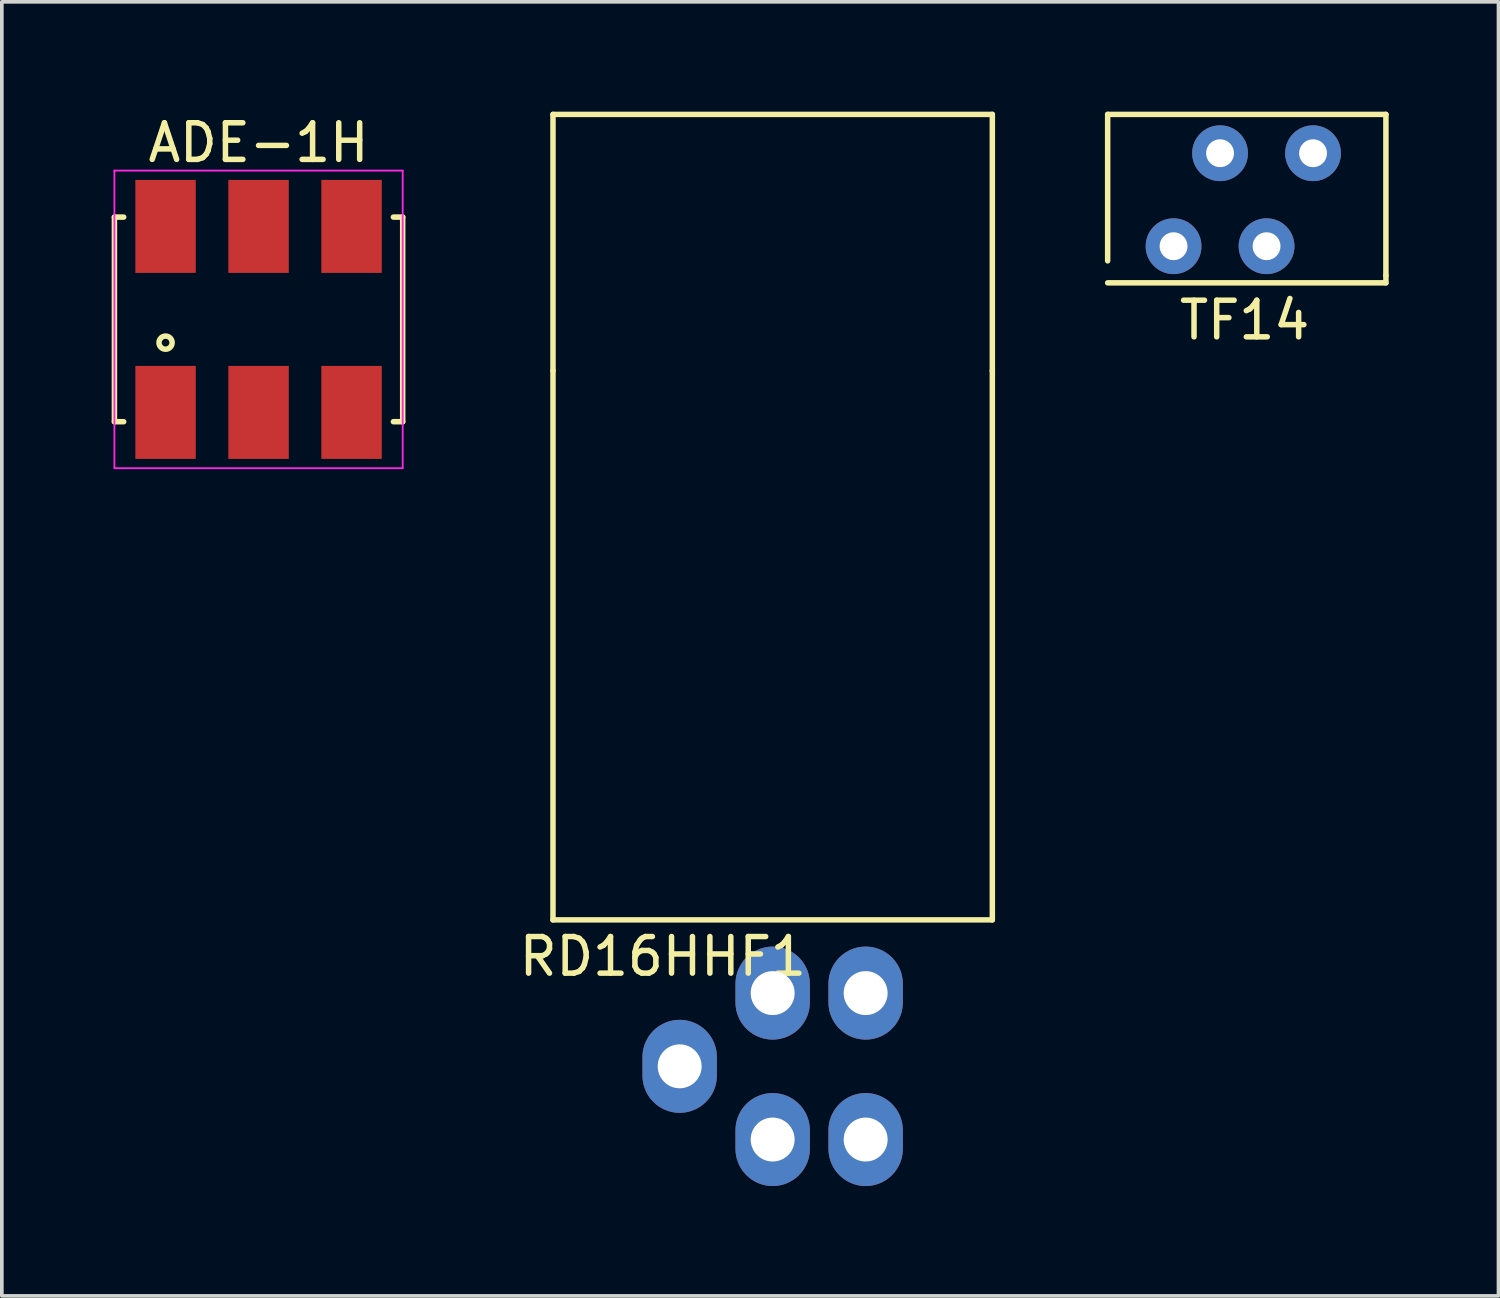
<source format=kicad_pcb>
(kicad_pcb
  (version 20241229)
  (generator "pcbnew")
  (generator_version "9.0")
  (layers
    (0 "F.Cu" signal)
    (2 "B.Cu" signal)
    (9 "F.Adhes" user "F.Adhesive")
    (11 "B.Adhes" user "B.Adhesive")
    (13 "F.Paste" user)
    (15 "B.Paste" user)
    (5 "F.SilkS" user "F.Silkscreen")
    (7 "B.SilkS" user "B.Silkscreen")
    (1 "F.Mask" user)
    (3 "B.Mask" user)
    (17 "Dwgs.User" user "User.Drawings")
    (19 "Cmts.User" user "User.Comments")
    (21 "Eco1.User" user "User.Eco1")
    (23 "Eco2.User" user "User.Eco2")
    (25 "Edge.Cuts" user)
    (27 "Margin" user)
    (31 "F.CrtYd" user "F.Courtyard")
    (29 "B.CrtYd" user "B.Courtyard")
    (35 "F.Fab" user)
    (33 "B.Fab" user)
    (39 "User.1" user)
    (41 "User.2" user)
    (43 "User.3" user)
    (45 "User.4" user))
  (footprint "ADE-1H"
    (layer "F.Cu")
    (at 4.012 5.674)
    (property "Reference" "ADE-1H" (at 0 -4.826 0) (layer "F.SilkS") (effects (font (size 1 1) (thickness 0.15))))
    (attr through_hole)
    (fp_line (start -3.937 -2.794) (end -3.683 -2.794) (stroke (width 0.15) (type solid)) (layer "F.SilkS"))
    (fp_line (start -3.937 2.794) (end -3.937 -2.794) (stroke (width 0.15) (type solid)) (layer "F.SilkS"))
    (fp_line (start -3.937 2.794) (end -3.683 2.794) (stroke (width 0.15) (type solid)) (layer "F.SilkS"))
    (fp_line (start 3.937 -2.794) (end 3.683 -2.794) (stroke (width 0.15) (type solid)) (layer "F.SilkS"))
    (fp_line (start 3.937 2.794) (end 3.683 2.794) (stroke (width 0.15) (type solid)) (layer "F.SilkS"))
    (fp_line (start 3.937 2.794) (end 3.937 -2.794) (stroke (width 0.15) (type solid)) (layer "F.SilkS"))
    (fp_circle (center -2.54 0.635) (end -2.413 0.762) (stroke (width 0.15) (type solid)) (fill no) (layer "F.SilkS"))
    (fp_line (start -3.937 -4.064) (end -3.937 4.064) (stroke (width 0.05) (type solid)) (layer "F.CrtYd"))
    (fp_line (start -3.937 4.064) (end 3.937 4.064) (stroke (width 0.05) (type solid)) (layer "F.CrtYd"))
    (fp_line (start 3.937 -4.064) (end -3.937 -4.064) (stroke (width 0.05) (type solid)) (layer "F.CrtYd"))
    (fp_line (start 3.937 4.064) (end 3.937 -4.064) (stroke (width 0.05) (type solid)) (layer "F.CrtYd"))
    (pad "1" smd rect (at -2.54 2.54) (size 1.651 2.54) (layers "F.Cu" "F.Mask" "F.Paste"))
    (pad "2" smd rect (at 0 2.54) (size 1.651 2.54) (layers "F.Cu" "F.Mask" "F.Paste"))
    (pad "3" smd rect (at 2.54 2.54) (size 1.651 2.54) (layers "F.Cu" "F.Mask" "F.Paste"))
    (pad "4" smd rect (at 2.54 -2.54) (size 1.651 2.54) (layers "F.Cu" "F.Mask" "F.Paste"))
    (pad "5" smd rect (at 0 -2.54) (size 1.651 2.54) (layers "F.Cu" "F.Mask" "F.Paste"))
    (pad "6" smd rect (at -2.54 -2.54) (size 1.651 2.54) (layers "F.Cu" "F.Mask" "F.Paste")))
  (footprint "TF14"
    (layer "F.Cu")
    (at 29.004 3.675)
    (property "Reference" "TF14" (at 1.94 2.02 0) (layer "F.SilkS") (effects (font (size 1 1) (thickness 0.15))))
    (attr through_hole)
    (fp_line (start -1.8 -3.6) (end 5.8 -3.6) (stroke (width 0.15) (type solid)) (layer "F.SilkS"))
    (fp_line (start -1.8 0.4) (end -1.8 -3.6) (stroke (width 0.15) (type solid)) (layer "F.SilkS"))
    (fp_line (start 5.8 -3.6) (end 5.8 0.8) (stroke (width 0.15) (type solid)) (layer "F.SilkS"))
    (fp_line (start 5.8 1) (end -1.8 1) (stroke (width 0.15) (type solid)) (layer "F.SilkS"))
    (fp_line (start 5.8 1) (end 5.8 0.8) (stroke (width 0.15) (type solid)) (layer "F.SilkS"))
    (pad "1" thru_hole circle (at 0 0) (size 1.524 1.524) (drill 0.762) (layers "*.Cu" "*.Mask"))
    (pad "2" thru_hole circle (at 1.27 -2.54) (size 1.524 1.524) (drill 0.762) (layers "*.Cu" "*.Mask"))
    (pad "3" thru_hole circle (at 2.54 0) (size 1.524 1.524) (drill 0.762) (layers "*.Cu" "*.Mask"))
    (pad "4" thru_hole circle (at 3.81 -2.54) (size 1.524 1.524) (drill 0.762) (layers "*.Cu" "*.Mask")))
  (footprint "RD16HHF1"
    (layer "F.Cu")
    (at 18.054 24.075)
    (property "Reference" "RD16HHF1" (at -3 -1 0) (layer "F.SilkS") (effects (font (size 1 1) (thickness 0.15))))
    (attr through_hole)
    (fp_line (start -6 -24) (end -6 -17) (stroke (width 0.15) (type solid)) (layer "F.SilkS"))
    (fp_line (start -6 -17) (end -6 -2) (stroke (width 0.15) (type solid)) (layer "F.SilkS"))
    (fp_line (start -6 -2) (end 6 -2) (stroke (width 0.15) (type solid)) (layer "F.SilkS"))
    (fp_line (start 6 -24) (end -6 -24) (stroke (width 0.15) (type solid)) (layer "F.SilkS"))
    (fp_line (start 6 -17) (end 6 -24) (stroke (width 0.15) (type solid)) (layer "F.SilkS"))
    (fp_line (start 6 -2) (end 6 -17) (stroke (width 0.15) (type solid)) (layer "F.SilkS"))
    (pad "1" thru_hole oval (at -2.54 2) (size 2.032 2.54) (drill 1.2) (layers "*.Cu" "*.Mask"))
    (pad "2" thru_hole oval (at 0 4) (size 2.032 2.54) (drill 1.2) (layers "*.Cu" "*.Mask"))
    (pad "2" thru_hole oval (at 2.54 0) (size 2.032 2.54) (drill 1.2) (layers "*.Cu" "*.Mask"))
    (pad "3" thru_hole oval (at 0 0) (size 2.032 2.54) (drill 1.2) (layers "*.Cu" "*.Mask"))
    (pad "3" thru_hole oval (at 2.54 4) (size 2.032 2.54) (drill 1.2) (layers "*.Cu" "*.Mask")))
  (gr_rect
    (start -3 -3)
    (end 37.879 32.345)
    (stroke (width 0.1) (type default))
    (fill no)
    (layer "Edge.Cuts")))
</source>
